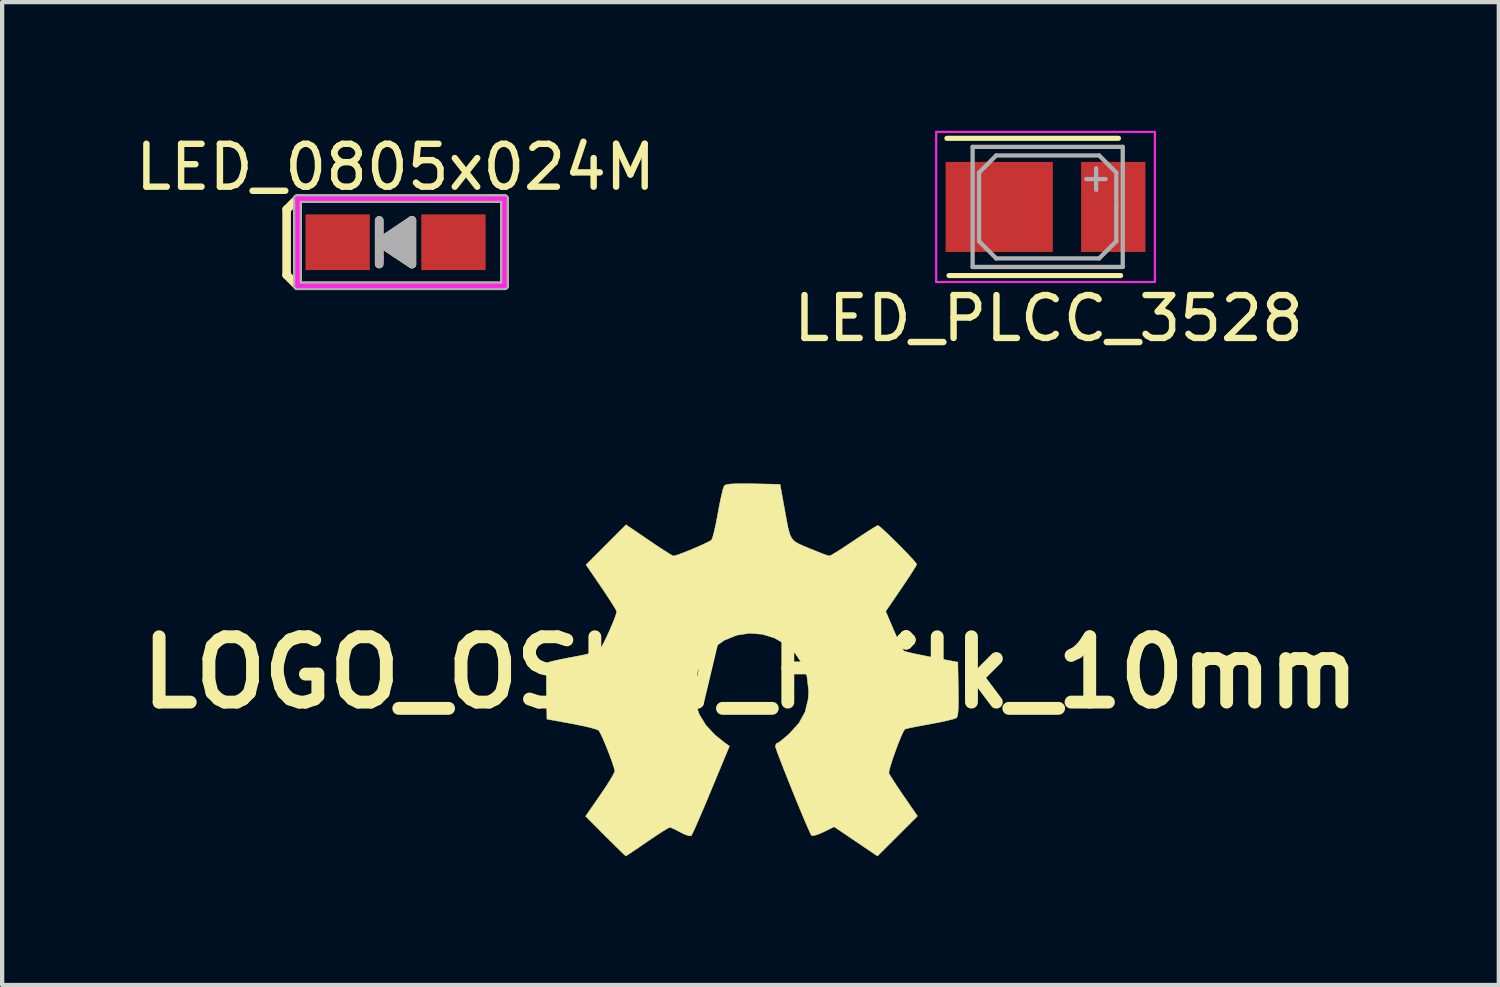
<source format=kicad_pcb>
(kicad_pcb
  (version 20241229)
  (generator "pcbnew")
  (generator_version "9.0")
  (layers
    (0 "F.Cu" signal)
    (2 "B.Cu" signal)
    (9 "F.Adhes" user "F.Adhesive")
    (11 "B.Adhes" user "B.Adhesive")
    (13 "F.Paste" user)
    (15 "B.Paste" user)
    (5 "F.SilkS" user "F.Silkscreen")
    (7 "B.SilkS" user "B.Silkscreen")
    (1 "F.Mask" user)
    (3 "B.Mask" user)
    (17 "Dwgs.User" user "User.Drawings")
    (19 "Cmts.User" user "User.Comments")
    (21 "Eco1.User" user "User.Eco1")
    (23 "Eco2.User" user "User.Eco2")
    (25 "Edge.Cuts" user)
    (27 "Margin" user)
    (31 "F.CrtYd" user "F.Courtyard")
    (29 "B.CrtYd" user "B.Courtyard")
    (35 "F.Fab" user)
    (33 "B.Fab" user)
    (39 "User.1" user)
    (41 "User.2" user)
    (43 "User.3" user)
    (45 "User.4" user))
  (footprint "LED_0805x024M"
    (layer "F.Cu")
    (at 6.173 2.598)
    (property "Reference" "LED_0805x024M" (at 0 -1.75 0) (layer "F.SilkS") (effects (font (size 1 1) (thickness 0.15))))
    (attr smd)
    (fp_line (start -2.54 -0.762) (end -2.54 0.762) (stroke (width 0.2) (type solid)) (layer "F.SilkS"))
    (fp_line (start -2.54 0.762) (end -2.286 1.016) (stroke (width 0.2) (type solid)) (layer "F.SilkS"))
    (fp_line (start -2.286 -1.016) (end -2.54 -0.762) (stroke (width 0.2) (type solid)) (layer "F.SilkS"))
    (fp_line (start -2.286 -1.016) (end 2.286 -1.016) (stroke (width 0.2) (type solid)) (layer "F.SilkS"))
    (fp_line (start -2.286 1.016) (end -2.286 -1.016) (stroke (width 0.2) (type solid)) (layer "F.SilkS"))
    (fp_line (start -0.381 -0.508) (end -0.381 0.381) (stroke (width 0.2) (type solid)) (layer "F.SilkS"))
    (fp_line (start -0.381 0) (end 0.381 -0.508) (stroke (width 0.2) (type solid)) (layer "F.SilkS"))
    (fp_line (start -0.381 0.381) (end -0.381 0.508) (stroke (width 0.2) (type solid)) (layer "F.SilkS"))
    (fp_line (start -0.127 0.127) (end -0.127 -0.127) (stroke (width 0.2) (type solid)) (layer "F.SilkS"))
    (fp_line (start 0 0.254) (end 0 -0.127) (stroke (width 0.2) (type solid)) (layer "F.SilkS"))
    (fp_line (start 0.127 0.254) (end 0.127 -0.254) (stroke (width 0.2) (type solid)) (layer "F.SilkS"))
    (fp_line (start 0.254 -0.381) (end 0.254 0.254) (stroke (width 0.2) (type solid)) (layer "F.SilkS"))
    (fp_line (start 0.381 -0.508) (end 0.381 0.508) (stroke (width 0.2) (type solid)) (layer "F.SilkS"))
    (fp_line (start 0.381 0.508) (end -0.381 0) (stroke (width 0.2) (type solid)) (layer "F.SilkS"))
    (fp_line (start 2.286 -1.016) (end 2.54 -1.016) (stroke (width 0.2) (type solid)) (layer "F.SilkS"))
    (fp_line (start 2.54 -1.016) (end 2.54 1.016) (stroke (width 0.2) (type solid)) (layer "F.SilkS"))
    (fp_line (start 2.54 1.016) (end -2.286 1.016) (stroke (width 0.2) (type solid)) (layer "F.SilkS"))
    (fp_line (start -2.286 -1.016) (end 2.54 -1.016) (stroke (width 0.1) (type solid)) (layer "F.CrtYd"))
    (fp_line (start -2.286 1.016) (end -2.286 -1.016) (stroke (width 0.1) (type solid)) (layer "F.CrtYd"))
    (fp_line (start 2.54 -1.016) (end 2.54 1.016) (stroke (width 0.1) (type solid)) (layer "F.CrtYd"))
    (fp_line (start 2.54 1.016) (end -2.286 1.016) (stroke (width 0.1) (type solid)) (layer "F.CrtYd"))
    (fp_line (start -2.286 -1.016) (end 2.54 -1.016) (stroke (width 0.2) (type solid)) (layer "F.Fab"))
    (fp_line (start -2.286 1.016) (end -2.286 -1.016) (stroke (width 0.2) (type solid)) (layer "F.Fab"))
    (fp_line (start -0.381 -0.508) (end -0.381 0.508) (stroke (width 0.2) (type solid)) (layer "F.Fab"))
    (fp_line (start -0.381 0) (end 0.381 0.508) (stroke (width 0.2) (type solid)) (layer "F.Fab"))
    (fp_line (start -0.127 -0.127) (end -0.127 0.127) (stroke (width 0.2) (type solid)) (layer "F.Fab"))
    (fp_line (start 0 -0.254) (end 0 0.127) (stroke (width 0.2) (type solid)) (layer "F.Fab"))
    (fp_line (start 0.127 -0.254) (end 0.127 0.254) (stroke (width 0.2) (type solid)) (layer "F.Fab"))
    (fp_line (start 0.254 -0.381) (end 0.254 0.254) (stroke (width 0.2) (type solid)) (layer "F.Fab"))
    (fp_line (start 0.381 -0.508) (end -0.381 0) (stroke (width 0.2) (type solid)) (layer "F.Fab"))
    (fp_line (start 0.381 -0.381) (end 0.381 -0.508) (stroke (width 0.2) (type solid)) (layer "F.Fab"))
    (fp_line (start 0.381 0.508) (end 0.381 -0.381) (stroke (width 0.2) (type solid)) (layer "F.Fab"))
    (fp_line (start 2.54 -1.016) (end 2.54 1.016) (stroke (width 0.2) (type solid)) (layer "F.Fab"))
    (fp_line (start 2.54 1.016) (end -2.286 1.016) (stroke (width 0.2) (type solid)) (layer "F.Fab"))
    (pad "1" smd rect (at -1.35 0 180) (size 1.5 1.3) (layers "F.Cu" "F.Mask" "F.Paste"))
    (pad "2" smd rect (at 1.35 0 180) (size 1.5 1.3) (layers "F.Cu" "F.Mask" "F.Paste")))
  (footprint "LED_PLCC_3528"
    (layer "F.Cu")
    (at 21.579 1.775)
    (property "Reference" "LED_PLCC_3528" (at -0.18 2.6 0) (layer "F.SilkS") (effects (font (size 1 1) (thickness 0.15))))
    (attr smd)
    (fp_line (start 1.45 -1.6) (end -2.55 -1.6) (stroke (width 0.12) (type solid)) (layer "F.SilkS"))
    (fp_line (start 1.5 1.6) (end -2.5 1.6) (stroke (width 0.12) (type solid)) (layer "F.SilkS"))
    (fp_line (start -2.8 -1.75) (end 2.3 -1.75) (stroke (width 0.05) (type solid)) (layer "F.CrtYd"))
    (fp_line (start -2.8 1.75) (end -2.8 -1.75) (stroke (width 0.05) (type solid)) (layer "F.CrtYd"))
    (fp_line (start 2.3 -1.75) (end 2.3 1.75) (stroke (width 0.05) (type solid)) (layer "F.CrtYd"))
    (fp_line (start 2.3 1.75) (end -2.8 1.75) (stroke (width 0.05) (type solid)) (layer "F.CrtYd"))
    (fp_line (start -1.95 -1.4) (end 1.55 -1.4) (stroke (width 0.1) (type solid)) (layer "F.Fab"))
    (fp_line (start -1.95 1.4) (end -1.95 -1.4) (stroke (width 0.1) (type solid)) (layer "F.Fab"))
    (fp_line (start -1.8 -0.8) (end -1.4 -1.2) (stroke (width 0.1) (type solid)) (layer "F.Fab"))
    (fp_line (start -1.8 0.8) (end -1.8 -0.8) (stroke (width 0.1) (type solid)) (layer "F.Fab"))
    (fp_line (start -1.4 -1.2) (end 1 -1.2) (stroke (width 0.1) (type solid)) (layer "F.Fab"))
    (fp_line (start -1.4 1.2) (end -1.8 0.8) (stroke (width 0.1) (type solid)) (layer "F.Fab"))
    (fp_line (start 0.93 -0.4) (end 0.93 -0.9) (stroke (width 0.1) (type solid)) (layer "F.Fab"))
    (fp_line (start 1 -1.2) (end 1.4 -0.8) (stroke (width 0.1) (type solid)) (layer "F.Fab"))
    (fp_line (start 1 1.2) (end -1.4 1.2) (stroke (width 0.1) (type solid)) (layer "F.Fab"))
    (fp_line (start 1.15 -0.65) (end 0.7 -0.65) (stroke (width 0.1) (type solid)) (layer "F.Fab"))
    (fp_line (start 1.4 -0.8) (end 1.4 0) (stroke (width 0.1) (type solid)) (layer "F.Fab"))
    (fp_line (start 1.4 0) (end 1.4 0.8) (stroke (width 0.1) (type solid)) (layer "F.Fab"))
    (fp_line (start 1.4 0.8) (end 1 1.2) (stroke (width 0.1) (type solid)) (layer "F.Fab"))
    (fp_line (start 1.55 -1.4) (end 1.55 1.4) (stroke (width 0.1) (type solid)) (layer "F.Fab"))
    (fp_line (start 1.55 1.4) (end -1.95 1.4) (stroke (width 0.1) (type solid)) (layer "F.Fab"))
    (pad "1" smd rect (at -1.33 0 180) (size 2.5 2.1) (layers "F.Cu" "F.Mask" "F.Paste"))
    (pad "2" smd rect (at 1.33 0 180) (size 1.5 2.1) (layers "F.Cu" "F.Mask" "F.Paste")))
  (footprint "LOGO_OSHW_FSilk_10mm"
    (layer "F.Cu")
    (at 14.449 12.632)
    (property "Reference" "LOGO_OSHW_FSilk_10mm" (at 0 0 0) (layer "F.SilkS") (effects (font (size 1.524 1.524) (thickness 0.3))))
    (attr through_hole)
    (fp_poly (pts (xy 0.062 -4.402) (xy 0.69 -4.389) (xy 0.791 -3.832) (xy 0.84 -3.562) (xy 0.879 -3.363) (xy 0.918 -3.223) (xy 0.966 -3.125) (xy 1.032 -3.056) (xy 1.125 -3.001) (xy 1.254 -2.944) (xy 1.377 -2.893) (xy 1.557 -2.82) (xy 1.708 -2.761) (xy 1.809 -2.726) (xy 1.839 -2.718) (xy 1.89 -2.742) (xy 2 -2.807) (xy 2.154 -2.905) (xy 2.338 -3.027) (xy 2.409 -3.075) (xy 2.6 -3.202) (xy 2.765 -3.31) (xy 2.891 -3.388) (xy 2.962 -3.428) (xy 2.972 -3.431) (xy 3.017 -3.401) (xy 3.108 -3.32) (xy 3.232 -3.203) (xy 3.375 -3.063) (xy 3.523 -2.915) (xy 3.661 -2.773) (xy 3.775 -2.651) (xy 3.852 -2.563) (xy 3.877 -2.524) (xy 3.853 -2.476) (xy 3.787 -2.369) (xy 3.689 -2.217) (xy 3.567 -2.034) (xy 3.515 -1.958) (xy 3.153 -1.428) (xy 3.345 -0.979) (xy 3.427 -0.794) (xy 3.501 -0.64) (xy 3.557 -0.536) (xy 3.584 -0.5) (xy 3.644 -0.482) (xy 3.773 -0.451) (xy 3.955 -0.412) (xy 4.172 -0.369) (xy 4.233 -0.357) (xy 4.835 -0.243) (xy 4.847 0.384) (xy 4.85 0.655) (xy 4.846 0.848) (xy 4.835 0.973) (xy 4.815 1.042) (xy 4.803 1.057) (xy 4.739 1.082) (xy 4.606 1.116) (xy 4.423 1.156) (xy 4.209 1.197) (xy 4.19 1.201) (xy 3.977 1.239) (xy 3.797 1.274) (xy 3.667 1.301) (xy 3.605 1.318) (xy 3.603 1.319) (xy 3.567 1.372) (xy 3.513 1.489) (xy 3.448 1.649) (xy 3.38 1.83) (xy 3.316 2.012) (xy 3.265 2.173) (xy 3.233 2.293) (xy 3.228 2.348) (xy 3.262 2.409) (xy 3.336 2.526) (xy 3.44 2.684) (xy 3.563 2.865) (xy 3.574 2.881) (xy 3.894 3.347) (xy 3.428 3.813) (xy 2.961 4.279) (xy 1.951 3.596) (xy 1.705 3.717) (xy 1.57 3.775) (xy 1.468 3.804) (xy 1.424 3.801) (xy 1.395 3.748) (xy 1.34 3.625) (xy 1.263 3.448) (xy 1.172 3.23) (xy 1.071 2.985) (xy 0.966 2.728) (xy 0.864 2.473) (xy 0.769 2.233) (xy 0.688 2.024) (xy 0.625 1.858) (xy 0.588 1.75) (xy 0.579 1.717) (xy 0.601 1.657) (xy 0.62 1.649) (xy 0.671 1.621) (xy 0.767 1.546) (xy 0.888 1.441) (xy 0.904 1.427) (xy 1.13 1.179) (xy 1.274 0.916) (xy 1.345 0.619) (xy 1.356 0.423) (xy 1.317 0.089) (xy 1.206 -0.205) (xy 1.036 -0.456) (xy 0.818 -0.657) (xy 0.562 -0.804) (xy 0.28 -0.892) (xy -0.018 -0.916) (xy -0.319 -0.871) (xy -0.612 -0.752) (xy -0.884 -0.558) (xy -1.093 -0.312) (xy -1.233 -0.022) (xy -1.302 0.293) (xy -1.296 0.617) (xy -1.211 0.932) (xy -1.185 0.991) (xy -1.038 1.23) (xy -0.828 1.454) (xy -0.613 1.627) (xy -0.49 1.716) (xy -0.916 2.741) (xy -1.034 3.024) (xy -1.143 3.281) (xy -1.238 3.499) (xy -1.312 3.667) (xy -1.362 3.772) (xy -1.38 3.804) (xy -1.439 3.807) (xy -1.549 3.767) (xy -1.629 3.727) (xy -1.754 3.661) (xy -1.85 3.618) (xy -1.882 3.609) (xy -1.933 3.634) (xy -2.042 3.7) (xy -2.194 3.798) (xy -2.373 3.919) (xy -2.409 3.944) (xy -2.589 4.067) (xy -2.741 4.17) (xy -2.85 4.243) (xy -2.904 4.277) (xy -2.906 4.278) (xy -2.941 4.248) (xy -3.027 4.166) (xy -3.153 4.043) (xy -3.307 3.889) (xy -3.383 3.814) (xy -3.845 3.35) (xy -3.504 2.858) (xy -3.378 2.671) (xy -3.273 2.506) (xy -3.199 2.379) (xy -3.165 2.305) (xy -3.164 2.297) (xy -3.181 2.222) (xy -3.224 2.089) (xy -3.286 1.92) (xy -3.357 1.74) (xy -3.428 1.57) (xy -3.49 1.435) (xy -3.533 1.356) (xy -3.538 1.35) (xy -3.598 1.323) (xy -3.729 1.285) (xy -3.911 1.243) (xy -4.126 1.199) (xy -4.166 1.192) (xy -4.746 1.086) (xy -4.758 0.446) (xy -4.76 0.216) (xy -4.758 0.017) (xy -4.751 -0.133) (xy -4.741 -0.217) (xy -4.736 -0.228) (xy -4.681 -0.248) (xy -4.556 -0.279) (xy -4.379 -0.317) (xy -4.168 -0.357) (xy -4.144 -0.361) (xy -3.895 -0.41) (xy -3.697 -0.458) (xy -3.564 -0.503) (xy -3.516 -0.531) (xy -3.472 -0.598) (xy -3.406 -0.724) (xy -3.329 -0.885) (xy -3.252 -1.059) (xy -3.184 -1.221) (xy -3.137 -1.35) (xy -3.119 -1.421) (xy -3.143 -1.472) (xy -3.209 -1.582) (xy -3.308 -1.737) (xy -3.43 -1.921) (xy -3.477 -1.99) (xy -3.835 -2.514) (xy -3.368 -2.981) (xy -2.902 -3.447) (xy -2.368 -3.083) (xy -2.176 -2.953) (xy -2.009 -2.844) (xy -1.881 -2.764) (xy -1.807 -2.722) (xy -1.795 -2.718) (xy -1.727 -2.735) (xy -1.602 -2.78) (xy -1.442 -2.843) (xy -1.27 -2.915) (xy -1.109 -2.986) (xy -0.983 -3.046) (xy -0.913 -3.086) (xy -0.909 -3.089) (xy -0.883 -3.151) (xy -0.848 -3.282) (xy -0.807 -3.465) (xy -0.765 -3.681) (xy -0.758 -3.721) (xy -0.717 -3.941) (xy -0.676 -4.132) (xy -0.641 -4.275) (xy -0.614 -4.352) (xy -0.611 -4.357) (xy -0.567 -4.381) (xy -0.47 -4.396) (xy -0.311 -4.404) (xy -0.079 -4.404) (xy 0.062 -4.402)) (stroke (width 0.01) (type solid)) (fill yes) (layer "F.SilkS")))
  (gr_rect
    (start -3 -3)
    (end 31.898 19.917)
    (stroke (width 0.1) (type default))
    (fill no)
    (layer "Edge.Cuts")))
</source>
